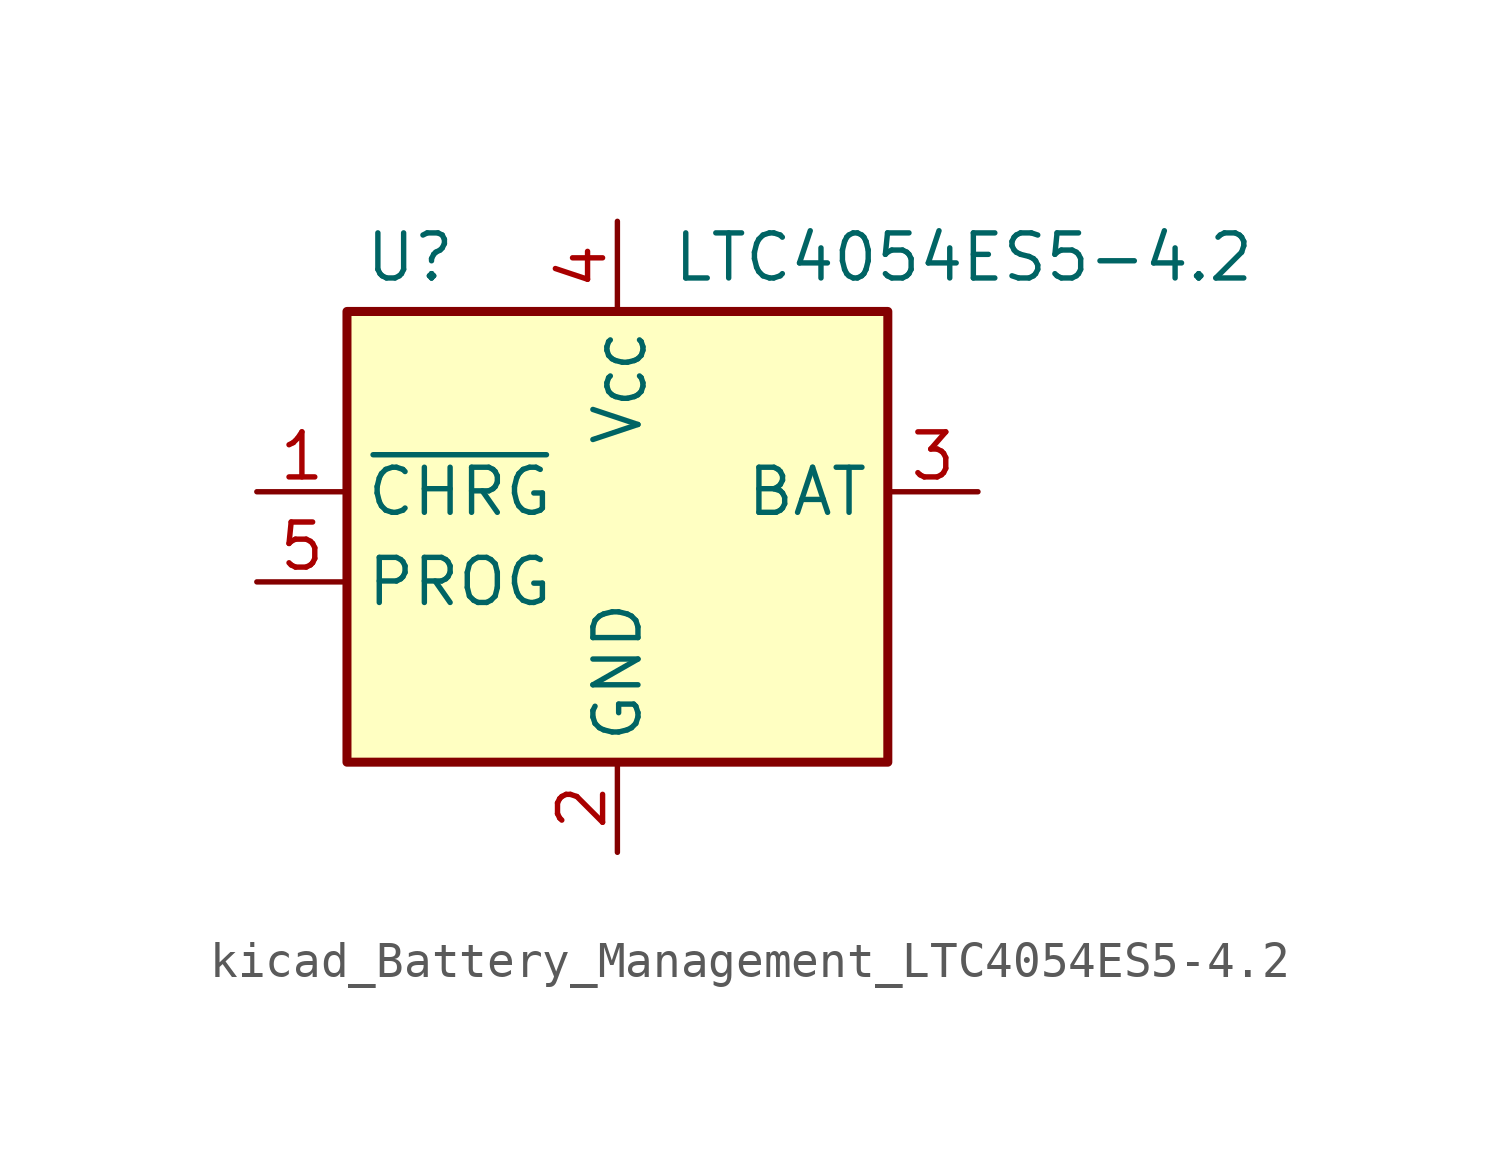
<source format=kicad_sym>
(kicad_symbol_lib
  (version 20220914)
  (generator kicad_symbol_editor)
  (symbol "kicad_Battery_Management_LTC4054ES5-4.2"
    (property "Reference" "U"
      (at -5.842 6.604 0)
      (effects (font (size 1.27 1.27))))
    (property "Value" "LTC4054ES5-4.2"
      (at 1.524 6.604 0)
      (effects (font (size 1.27 1.27)) (justify left)))
    (symbol "kicad_Battery_Management_LTC4054ES5-4.2_0_1"
      (rectangle (start -7.62 5.08) (end 7.62 -7.62) (stroke (width 0.254) (type default)) (fill (type background))))
    (symbol "kicad_Battery_Management_LTC4054ES5-4.2_1_1"
      (pin open_collector line (at -10.16 0 0) (length 2.54) (name "~{CHRG}" (effects (font (size 1.27 1.27)))) (number "1" (effects (font (size 1.27 1.27)))))
      (pin power_in line (at 0 -10.16 90) (length 2.54) (name "GND" (effects (font (size 1.27 1.27)))) (number "2" (effects (font (size 1.27 1.27)))))
      (pin power_out line (at 10.16 0 180) (length 2.54) (name "BAT" (effects (font (size 1.27 1.27)))) (number "3" (effects (font (size 1.27 1.27)))))
      (pin power_in line (at 0 7.62 270) (length 2.54) (name "V_{CC}" (effects (font (size 1.27 1.27)))) (number "4" (effects (font (size 1.27 1.27)))))
      (pin bidirectional line (at -10.16 -2.54 0) (length 2.54) (name "PROG" (effects (font (size 1.27 1.27)))) (number "5" (effects (font (size 1.27 1.27))))))))
</source>
